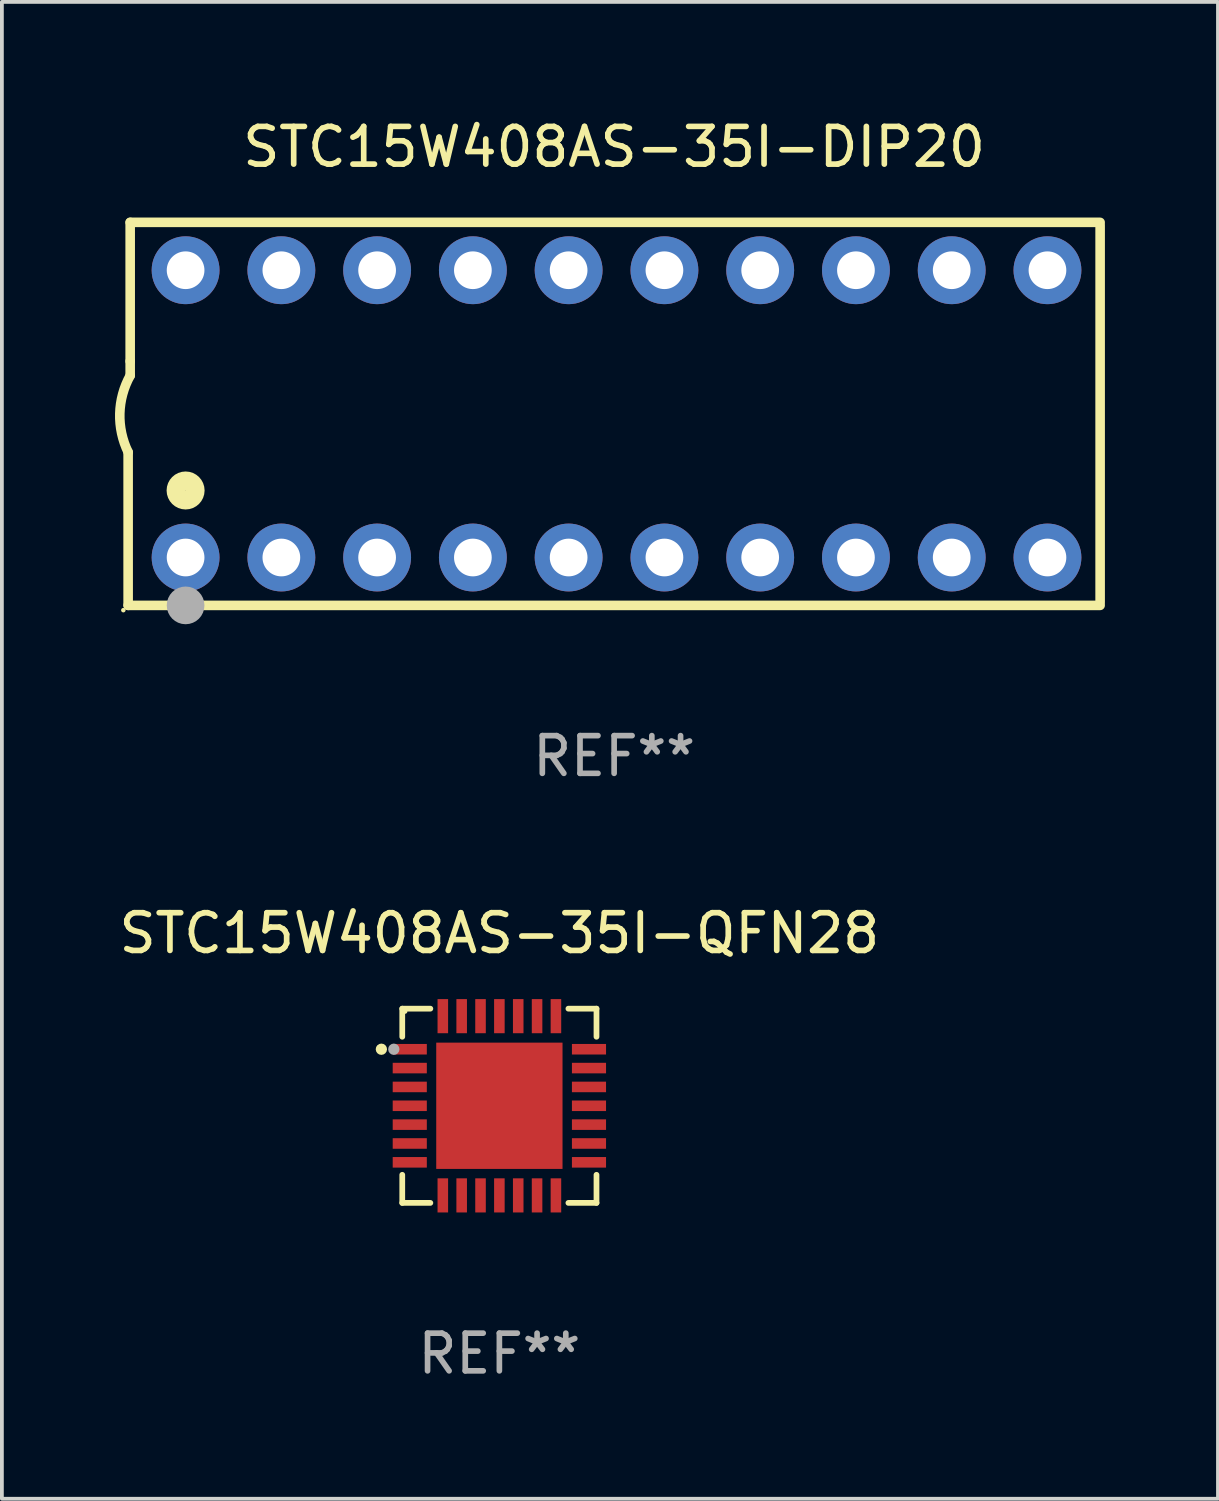
<source format=kicad_pcb>
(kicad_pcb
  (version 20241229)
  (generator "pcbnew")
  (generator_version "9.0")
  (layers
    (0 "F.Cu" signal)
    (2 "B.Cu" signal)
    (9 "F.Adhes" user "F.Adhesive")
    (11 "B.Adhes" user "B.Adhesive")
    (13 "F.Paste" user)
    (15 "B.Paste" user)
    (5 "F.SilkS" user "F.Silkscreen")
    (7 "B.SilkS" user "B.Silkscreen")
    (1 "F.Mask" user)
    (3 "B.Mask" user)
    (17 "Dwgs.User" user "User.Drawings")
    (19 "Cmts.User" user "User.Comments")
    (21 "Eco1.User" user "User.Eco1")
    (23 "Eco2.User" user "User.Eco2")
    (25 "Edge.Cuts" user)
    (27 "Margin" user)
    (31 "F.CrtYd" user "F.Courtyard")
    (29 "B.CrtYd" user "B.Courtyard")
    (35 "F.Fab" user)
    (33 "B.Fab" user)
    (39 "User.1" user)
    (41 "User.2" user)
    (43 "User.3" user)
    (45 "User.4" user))
  (footprint "STC15W408AS-35I-DIP20"
    (layer "F.Cu")
    (at 13.24 7.928)
    (property "Reference" "STC15W408AS-35I-DIP20" (at 0 -7.08 0) (layer "F.SilkS") (effects (font (size 1 1) (thickness 0.15))))
    (attr through_hole)
    (fp_line (start -12.891 5.08) (end -12.891 1.016) (stroke (width 0.254) (type solid)) (layer "F.SilkS"))
    (fp_line (start -12.891 5.08) (end 12.891 5.08) (stroke (width 0.254) (type solid)) (layer "F.SilkS"))
    (fp_line (start -12.837 -5.08) (end -12.837 -1.397) (stroke (width 0.254) (type solid)) (layer "F.SilkS"))
    (fp_line (start -12.837 -5.08) (end 12.891 -5.08) (stroke (width 0.254) (type solid)) (layer "F.SilkS"))
    (fp_line (start -12.837 -1.397) (end -12.837 -1.016) (stroke (width 0.254) (type solid)) (layer "F.SilkS"))
    (fp_line (start 12.891 -5) (end 12.891 5) (stroke (width 0.254) (type solid)) (layer "F.SilkS"))
    (fp_arc (start -12.890526 1.016002) (mid -13.111945 -0.006602) (end -12.836525 -1.016002) (stroke (width 0.254001) (type solid)) (layer "F.SilkS"))
    (fp_circle (center -13.018 5.207) (end -12.988 5.207) (stroke (width 0.06) (type solid)) (fill no) (layer "F.SilkS"))
    (fp_circle (center -11.367 2.032) (end -11.113 2.032) (stroke (width 0.5) (type solid)) (fill no) (layer "F.SilkS"))
    (fp_circle (center -11.367 5.08) (end -11.117 5.08) (stroke (width 0.5) (type solid)) (fill no) (layer "F.Fab"))
    (fp_text user "REF**" (at 0 9.08 0) (layer "F.Fab") (effects (font (size 1 1) (thickness 0.15))))
    (pad "1" thru_hole circle (at -11.367 3.81) (size 1.8 1.8) (drill 1) (layers "*.Cu" "*.Mask"))
    (pad "2" thru_hole circle (at -8.827 3.81) (size 1.8 1.8) (drill 1) (layers "*.Cu" "*.Mask"))
    (pad "3" thru_hole circle (at -6.287 3.81) (size 1.8 1.8) (drill 1) (layers "*.Cu" "*.Mask"))
    (pad "4" thru_hole circle (at -3.747 3.81) (size 1.8 1.8) (drill 1) (layers "*.Cu" "*.Mask"))
    (pad "5" thru_hole circle (at -1.207 3.81) (size 1.8 1.8) (drill 1) (layers "*.Cu" "*.Mask"))
    (pad "6" thru_hole circle (at 1.334 3.81) (size 1.8 1.8) (drill 1) (layers "*.Cu" "*.Mask"))
    (pad "7" thru_hole circle (at 3.874 3.81) (size 1.8 1.8) (drill 1) (layers "*.Cu" "*.Mask"))
    (pad "8" thru_hole circle (at 6.414 3.81) (size 1.8 1.8) (drill 1) (layers "*.Cu" "*.Mask"))
    (pad "9" thru_hole circle (at 8.954 3.81) (size 1.8 1.8) (drill 1) (layers "*.Cu" "*.Mask"))
    (pad "10" thru_hole circle (at 11.494 3.81) (size 1.8 1.8) (drill 1) (layers "*.Cu" "*.Mask"))
    (pad "11" thru_hole circle (at 11.494 -3.81) (size 1.8 1.8) (drill 1) (layers "*.Cu" "*.Mask"))
    (pad "12" thru_hole circle (at 8.954 -3.81) (size 1.8 1.8) (drill 1) (layers "*.Cu" "*.Mask"))
    (pad "13" thru_hole circle (at 6.414 -3.81) (size 1.8 1.8) (drill 1) (layers "*.Cu" "*.Mask"))
    (pad "14" thru_hole circle (at 3.874 -3.81) (size 1.8 1.8) (drill 1) (layers "*.Cu" "*.Mask"))
    (pad "15" thru_hole circle (at 1.334 -3.81) (size 1.8 1.8) (drill 1) (layers "*.Cu" "*.Mask"))
    (pad "16" thru_hole circle (at -1.207 -3.81) (size 1.8 1.8) (drill 1) (layers "*.Cu" "*.Mask"))
    (pad "17" thru_hole circle (at -3.747 -3.81) (size 1.8 1.8) (drill 1) (layers "*.Cu" "*.Mask"))
    (pad "18" thru_hole circle (at -6.287 -3.81) (size 1.8 1.8) (drill 1) (layers "*.Cu" "*.Mask"))
    (pad "19" thru_hole circle (at -8.827 -3.81) (size 1.8 1.8) (drill 1) (layers "*.Cu" "*.Mask"))
    (pad "20" thru_hole circle (at -11.367 -3.81) (size 1.8 1.8) (drill 1) (layers "*.Cu" "*.Mask")))
  (footprint "STC15W408AS-35I-QFN28"
    (layer "F.Cu")
    (at 10.196 26.281)
    (property "Reference" "STC15W408AS-35I-QFN28" (at 0 -4.576 0) (layer "F.SilkS") (effects (font (size 1 1) (thickness 0.15))))
    (attr through_hole)
    (fp_line (start -2.576 -2.576) (end -2.576 -1.831) (stroke (width 0.152) (type solid)) (layer "F.SilkS"))
    (fp_line (start -2.576 2.576) (end -2.576 1.831) (stroke (width 0.152) (type solid)) (layer "F.SilkS"))
    (fp_line (start -1.831 -2.576) (end -2.576 -2.576) (stroke (width 0.152) (type solid)) (layer "F.SilkS"))
    (fp_line (start -1.831 2.576) (end -2.576 2.576) (stroke (width 0.152) (type solid)) (layer "F.SilkS"))
    (fp_line (start 1.831 -2.576) (end 2.576 -2.576) (stroke (width 0.152) (type solid)) (layer "F.SilkS"))
    (fp_line (start 1.831 2.576) (end 2.576 2.576) (stroke (width 0.152) (type solid)) (layer "F.SilkS"))
    (fp_line (start 2.576 -2.576) (end 2.576 -1.831) (stroke (width 0.152) (type solid)) (layer "F.SilkS"))
    (fp_line (start 2.576 2.576) (end 2.576 1.831) (stroke (width 0.152) (type solid)) (layer "F.SilkS"))
    (fp_circle (center -3.13 -1.5) (end -3.055 -1.5) (stroke (width 0.15) (type solid)) (fill no) (layer "F.SilkS"))
    (fp_circle (center -2.5 -2.5) (end -2.47 -2.5) (stroke (width 0.06) (type solid)) (fill no) (layer "F.SilkS"))
    (fp_circle (center -2.8 -1.5) (end -2.725 -1.5) (stroke (width 0.15) (type solid)) (fill no) (layer "F.Fab"))
    (fp_text user "REF**" (at 0 6.576 0) (layer "F.Fab") (effects (font (size 1 1) (thickness 0.15))))
    (pad "1" smd rect (at -2.377 -1.5) (size 0.905 0.28) (layers "F.Cu" "F.Mask" "F.Paste"))
    (pad "2" smd rect (at -2.377 -1) (size 0.905 0.28) (layers "F.Cu" "F.Mask" "F.Paste"))
    (pad "3" smd rect (at -2.377 -0.5) (size 0.905 0.28) (layers "F.Cu" "F.Mask" "F.Paste"))
    (pad "4" smd rect (at -2.377 0) (size 0.905 0.28) (layers "F.Cu" "F.Mask" "F.Paste"))
    (pad "5" smd rect (at -2.377 0.5) (size 0.905 0.28) (layers "F.Cu" "F.Mask" "F.Paste"))
    (pad "6" smd rect (at -2.377 1) (size 0.905 0.28) (layers "F.Cu" "F.Mask" "F.Paste"))
    (pad "7" smd rect (at -2.377 1.5) (size 0.905 0.28) (layers "F.Cu" "F.Mask" "F.Paste"))
    (pad "8" smd rect (at -1.5 2.377) (size 0.28 0.905) (layers "F.Cu" "F.Mask" "F.Paste"))
    (pad "9" smd rect (at -1 2.377) (size 0.28 0.905) (layers "F.Cu" "F.Mask" "F.Paste"))
    (pad "10" smd rect (at -0.5 2.377) (size 0.28 0.905) (layers "F.Cu" "F.Mask" "F.Paste"))
    (pad "11" smd rect (at 0 2.377) (size 0.28 0.905) (layers "F.Cu" "F.Mask" "F.Paste"))
    (pad "12" smd rect (at 0.5 2.377) (size 0.28 0.905) (layers "F.Cu" "F.Mask" "F.Paste"))
    (pad "13" smd rect (at 1 2.377) (size 0.28 0.905) (layers "F.Cu" "F.Mask" "F.Paste"))
    (pad "14" smd rect (at 1.5 2.377) (size 0.28 0.905) (layers "F.Cu" "F.Mask" "F.Paste"))
    (pad "15" smd rect (at 2.377 1.5) (size 0.905 0.28) (layers "F.Cu" "F.Mask" "F.Paste"))
    (pad "16" smd rect (at 2.377 1) (size 0.905 0.28) (layers "F.Cu" "F.Mask" "F.Paste"))
    (pad "17" smd rect (at 2.377 0.5) (size 0.905 0.28) (layers "F.Cu" "F.Mask" "F.Paste"))
    (pad "18" smd rect (at 2.377 0) (size 0.905 0.28) (layers "F.Cu" "F.Mask" "F.Paste"))
    (pad "19" smd rect (at 2.377 -0.5) (size 0.905 0.28) (layers "F.Cu" "F.Mask" "F.Paste"))
    (pad "20" smd rect (at 2.377 -1) (size 0.905 0.28) (layers "F.Cu" "F.Mask" "F.Paste"))
    (pad "21" smd rect (at 2.377 -1.5) (size 0.905 0.28) (layers "F.Cu" "F.Mask" "F.Paste"))
    (pad "22" smd rect (at 1.5 -2.377) (size 0.28 0.905) (layers "F.Cu" "F.Mask" "F.Paste"))
    (pad "23" smd rect (at 1 -2.377) (size 0.28 0.905) (layers "F.Cu" "F.Mask" "F.Paste"))
    (pad "24" smd rect (at 0.5 -2.377) (size 0.28 0.905) (layers "F.Cu" "F.Mask" "F.Paste"))
    (pad "25" smd rect (at 0 -2.377) (size 0.28 0.905) (layers "F.Cu" "F.Mask" "F.Paste"))
    (pad "26" smd rect (at -0.5 -2.377) (size 0.28 0.905) (layers "F.Cu" "F.Mask" "F.Paste"))
    (pad "27" smd rect (at -1 -2.377) (size 0.28 0.905) (layers "F.Cu" "F.Mask" "F.Paste"))
    (pad "28" smd rect (at -1.5 -2.377) (size 0.28 0.905) (layers "F.Cu" "F.Mask" "F.Paste"))
    (pad "29" smd rect (at 0 0) (size 3.35 3.35) (layers "F.Cu" "F.Mask" "F.Paste")))
  (gr_rect
    (start -3 -3)
    (end 29.257 36.705)
    (stroke (width 0.1) (type default))
    (fill no)
    (layer "Edge.Cuts")))
</source>
